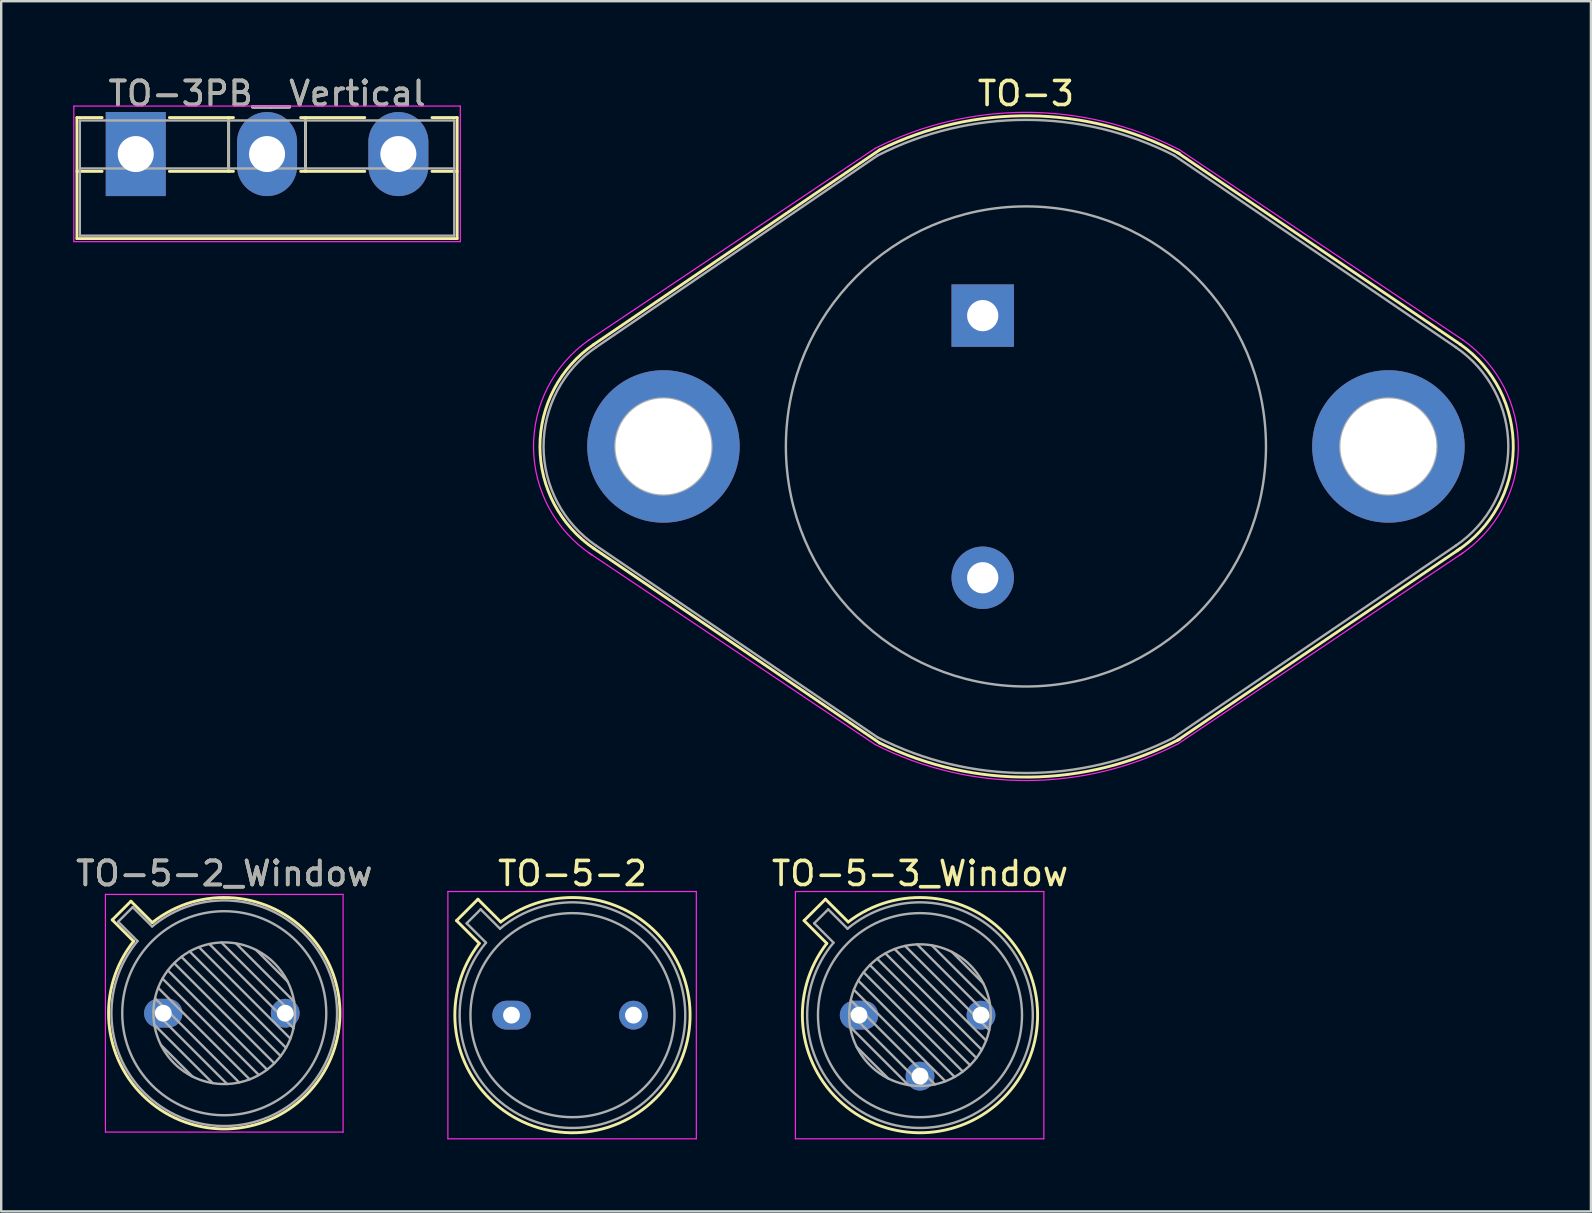
<source format=kicad_pcb>
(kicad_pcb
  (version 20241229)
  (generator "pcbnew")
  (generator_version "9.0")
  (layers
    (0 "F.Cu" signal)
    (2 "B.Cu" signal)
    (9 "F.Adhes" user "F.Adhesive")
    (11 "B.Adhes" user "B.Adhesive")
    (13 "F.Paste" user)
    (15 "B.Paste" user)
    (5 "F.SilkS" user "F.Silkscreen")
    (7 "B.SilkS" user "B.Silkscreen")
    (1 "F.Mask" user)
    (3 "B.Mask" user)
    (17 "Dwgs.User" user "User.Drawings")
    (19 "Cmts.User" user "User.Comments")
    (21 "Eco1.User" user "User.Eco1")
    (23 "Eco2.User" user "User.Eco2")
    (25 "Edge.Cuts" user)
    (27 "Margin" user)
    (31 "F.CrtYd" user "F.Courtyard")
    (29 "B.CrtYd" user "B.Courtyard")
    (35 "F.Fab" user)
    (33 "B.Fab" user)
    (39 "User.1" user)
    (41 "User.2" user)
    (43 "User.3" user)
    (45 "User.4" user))
  (footprint "TO-3"
    (layer "F.Cu")
    (at 37.888 10.098)
    (property "Reference" "TO-3" (at 1.8 -9.25 0) (layer "F.SilkS") (effects (font (size 1 1) (thickness 0.15))))
    (attr through_hole)
    (fp_line (start -4.3 -6.9) (end -16.2 1.2) (stroke (width 0.12) (type solid)) (layer "F.SilkS"))
    (fp_line (start -4.3 17.8) (end -16.2 9.7) (stroke (width 0.12) (type solid)) (layer "F.SilkS"))
    (fp_line (start 8.1 -6.8) (end 19.9 1.2) (stroke (width 0.12) (type solid)) (layer "F.SilkS"))
    (fp_line (start 8.1 17.7) (end 19.9 9.7) (stroke (width 0.12) (type solid)) (layer "F.SilkS"))
    (fp_arc (start -16.183989 9.710881) (mid -18.445134 5.459679) (end -16.2 1.2) (stroke (width 0.12) (type solid)) (layer "F.SilkS"))
    (fp_arc (start -4.3 -6.9) (mid 1.971643 -8.323273) (end 8.20587 -6.744152) (stroke (width 0.12) (type solid)) (layer "F.SilkS"))
    (fp_arc (start 8.20587 17.644152) (mid 1.971643 19.223273) (end -4.3 17.8) (stroke (width 0.12) (type solid)) (layer "F.SilkS"))
    (fp_arc (start 19.9 1.2) (mid 22.101343 5.542388) (end 19.747176 9.803859) (stroke (width 0.12) (type solid)) (layer "F.SilkS"))
    (fp_line (start -4.48 -6.97) (end -16.41 1.02) (stroke (width 0.05) (type solid)) (layer "F.CrtYd"))
    (fp_line (start -4.48 17.87) (end -16.41 9.88) (stroke (width 0.05) (type solid)) (layer "F.CrtYd"))
    (fp_line (start 8.18 -6.92) (end 20.01 1.02) (stroke (width 0.05) (type solid)) (layer "F.CrtYd"))
    (fp_line (start 8.18 17.81) (end 20.01 9.88) (stroke (width 0.05) (type solid)) (layer "F.CrtYd"))
    (fp_arc (start -16.274042 9.972397) (mid -18.712046 5.532192) (end -16.41 1.02) (stroke (width 0.05) (type solid)) (layer "F.CrtYd"))
    (fp_arc (start -4.48 -6.97) (mid 1.843041 -8.467361) (end 8.1567 -6.93092) (stroke (width 0.05) (type solid)) (layer "F.CrtYd"))
    (fp_arc (start 8.1567 17.83092) (mid 1.843041 19.367362) (end -4.48 17.87) (stroke (width 0.05) (type solid)) (layer "F.CrtYd"))
    (fp_arc (start 20.01 1.02) (mid 22.312046 5.532192) (end 19.874042 9.972397) (stroke (width 0.05) (type solid)) (layer "F.CrtYd"))
    (fp_line (start -4.38 -6.67) (end -16.11 1.32) (stroke (width 0.1) (type solid)) (layer "F.Fab"))
    (fp_line (start -4.38 17.57) (end -16.11 9.58) (stroke (width 0.1) (type solid)) (layer "F.Fab"))
    (fp_line (start 7.98 -6.67) (end 19.71 1.32) (stroke (width 0.1) (type solid)) (layer "F.Fab"))
    (fp_line (start 7.98 17.56) (end 19.71 9.58) (stroke (width 0.1) (type solid)) (layer "F.Fab"))
    (fp_arc (start -16.105547 9.583026) (mid -18.295297 5.452692) (end -16.11 1.32) (stroke (width 0.1) (type solid)) (layer "F.Fab"))
    (fp_arc (start -4.38 -6.67) (mid 1.795945 -8.15466) (end 7.972773 -6.673682) (stroke (width 0.1) (type solid)) (layer "F.Fab"))
    (fp_arc (start 7.972773 17.573682) (mid 1.795945 19.05466) (end -4.38 17.57) (stroke (width 0.1) (type solid)) (layer "F.Fab"))
    (fp_arc (start 19.71 1.32) (mid 21.895297 5.452692) (end 19.705547 9.583026) (stroke (width 0.1) (type solid)) (layer "F.Fab"))
    (fp_circle (center -13.3 5.45) (end -15.3 5.45) (stroke (width 0.1) (type solid)) (fill no) (layer "F.Fab"))
    (fp_circle (center 1.8 5.45) (end 11.8 5.45) (stroke (width 0.1) (type solid)) (fill no) (layer "F.Fab"))
    (fp_circle (center 16.9 5.45) (end 18.9 5.45) (stroke (width 0.1) (type solid)) (fill no) (layer "F.Fab"))
    (pad "1" thru_hole rect (at 0 0) (size 2.6 2.6) (drill 1.3) (layers "*.Cu" "*.Mask"))
    (pad "2" thru_hole circle (at 0 10.92) (size 2.6 2.6) (drill 1.3) (layers "*.Cu" "*.Mask"))
    (pad "3" thru_hole circle (at -13.3 5.45) (size 6.35 6.35) (drill 4) (layers "*.Cu" "*.Mask"))
    (pad "3" thru_hole circle (at 16.9 5.45) (size 6.35 6.35) (drill 4) (layers "*.Cu" "*.Mask")))
  (footprint "TO-3PB__Vertical"
    (layer "F.Cu")
    (at 2.605 3.368)
    (property "Reference" "TO-3PB__Vertical" (at 5.47 -2.52 0) (layer "F.SilkS") (effects (font (size 1 1) (thickness 0.15))))
    (attr through_hole)
    (fp_line (start -2.45 -1.52) (end -2.45 3.52) (stroke (width 0.12) (type solid)) (layer "F.SilkS"))
    (fp_line (start -2.45 -1.52) (end -1.4 -1.52) (stroke (width 0.12) (type solid)) (layer "F.SilkS"))
    (fp_line (start -2.45 0.721) (end -1.4 0.721) (stroke (width 0.12) (type solid)) (layer "F.SilkS"))
    (fp_line (start -2.45 3.52) (end 13.39 3.52) (stroke (width 0.12) (type solid)) (layer "F.SilkS"))
    (fp_line (start 1.4 -1.52) (end 4.07 -1.52) (stroke (width 0.12) (type solid)) (layer "F.SilkS"))
    (fp_line (start 1.4 0.721) (end 4.07 0.721) (stroke (width 0.12) (type solid)) (layer "F.SilkS"))
    (fp_line (start 3.87 -1.52) (end 3.87 0.721) (stroke (width 0.12) (type solid)) (layer "F.SilkS"))
    (fp_line (start 6.87 -1.52) (end 9.54 -1.52) (stroke (width 0.12) (type solid)) (layer "F.SilkS"))
    (fp_line (start 6.87 0.721) (end 9.54 0.721) (stroke (width 0.12) (type solid)) (layer "F.SilkS"))
    (fp_line (start 7.07 -1.52) (end 7.07 0.721) (stroke (width 0.12) (type solid)) (layer "F.SilkS"))
    (fp_line (start 12.34 -1.52) (end 13.39 -1.52) (stroke (width 0.12) (type solid)) (layer "F.SilkS"))
    (fp_line (start 12.34 0.721) (end 13.39 0.721) (stroke (width 0.12) (type solid)) (layer "F.SilkS"))
    (fp_line (start 13.39 -1.52) (end 13.39 3.52) (stroke (width 0.12) (type solid)) (layer "F.SilkS"))
    (fp_line (start -2.58 -2) (end -2.58 3.65) (stroke (width 0.05) (type solid)) (layer "F.CrtYd"))
    (fp_line (start -2.58 3.65) (end 13.52 3.65) (stroke (width 0.05) (type solid)) (layer "F.CrtYd"))
    (fp_line (start 13.52 -2) (end -2.58 -2) (stroke (width 0.05) (type solid)) (layer "F.CrtYd"))
    (fp_line (start 13.52 3.65) (end 13.52 -2) (stroke (width 0.05) (type solid)) (layer "F.CrtYd"))
    (fp_line (start -2.33 -1.4) (end -2.33 3.4) (stroke (width 0.1) (type solid)) (layer "F.Fab"))
    (fp_line (start -2.33 0.6) (end 13.27 0.6) (stroke (width 0.1) (type solid)) (layer "F.Fab"))
    (fp_line (start -2.33 3.4) (end 13.27 3.4) (stroke (width 0.1) (type solid)) (layer "F.Fab"))
    (fp_line (start 3.87 -1.4) (end 3.87 0.6) (stroke (width 0.1) (type solid)) (layer "F.Fab"))
    (fp_line (start 7.07 -1.4) (end 7.07 0.6) (stroke (width 0.1) (type solid)) (layer "F.Fab"))
    (fp_line (start 13.27 -1.4) (end -2.33 -1.4) (stroke (width 0.1) (type solid)) (layer "F.Fab"))
    (fp_line (start 13.27 3.4) (end 13.27 -1.4) (stroke (width 0.1) (type solid)) (layer "F.Fab"))
    (fp_text user "${REFERENCE}" (at 5.47 -2.52 0) (layer "F.Fab") (effects (font (size 1 1) (thickness 0.15))))
    (pad "1" thru_hole rect (at 0 0) (size 2.5 3.5) (drill 1.5) (layers "*.Cu" "*.Mask"))
    (pad "2" thru_hole oval (at 5.47 0) (size 2.5 3.5) (drill 1.5) (layers "*.Cu" "*.Mask"))
    (pad "3" thru_hole oval (at 10.94 0) (size 2.5 3.5) (drill 1.5) (layers "*.Cu" "*.Mask")))
  (footprint "TO-5-3_Window"
    (layer "F.Cu")
    (at 32.735 39.239)
    (property "Reference" "TO-5-3_Window" (at 2.54 -5.9 0) (layer "F.SilkS") (effects (font (size 1 1) (thickness 0.15))))
    (attr through_hole)
    (fp_line (start -2.289 -3.938) (end -1.342 -2.991) (stroke (width 0.12) (type solid)) (layer "F.SilkS"))
    (fp_line (start -1.398 -4.829) (end -2.289 -3.938) (stroke (width 0.12) (type solid)) (layer "F.SilkS"))
    (fp_line (start -0.451 -3.882) (end -1.398 -4.829) (stroke (width 0.12) (type solid)) (layer "F.SilkS"))
    (fp_arc (start -0.450589 -3.881543) (mid 6.005607 3.46404) (end -1.342895 -2.988833) (stroke (width 0.12) (type solid)) (layer "F.SilkS"))
    (fp_line (start -2.65 -5.15) (end -2.65 5.15) (stroke (width 0.05) (type solid)) (layer "F.CrtYd"))
    (fp_line (start -2.65 5.15) (end 7.7 5.15) (stroke (width 0.05) (type solid)) (layer "F.CrtYd"))
    (fp_line (start 7.7 -5.15) (end -2.65 -5.15) (stroke (width 0.05) (type solid)) (layer "F.CrtYd"))
    (fp_line (start 7.7 5.15) (end 7.7 -5.15) (stroke (width 0.05) (type solid)) (layer "F.CrtYd"))
    (fp_line (start -1.868 -3.825) (end -1.062 -3.019) (stroke (width 0.1) (type solid)) (layer "F.Fab"))
    (fp_line (start -1.285 -4.408) (end -1.868 -3.825) (stroke (width 0.1) (type solid)) (layer "F.Fab"))
    (fp_line (start -0.479 -3.602) (end -1.285 -4.408) (stroke (width 0.1) (type solid)) (layer "F.Fab"))
    (fp_line (start -0.408 -0.12) (end 2.66 2.948) (stroke (width 0.1) (type solid)) (layer "F.Fab"))
    (fp_line (start -0.371 0.485) (end 2.055 2.911) (stroke (width 0.1) (type solid)) (layer "F.Fab"))
    (fp_line (start -0.344 -0.622) (end 3.162 2.884) (stroke (width 0.1) (type solid)) (layer "F.Fab"))
    (fp_line (start -0.215 -1.058) (end 3.598 2.755) (stroke (width 0.1) (type solid)) (layer "F.Fab"))
    (fp_line (start -0.097 1.324) (end 1.216 2.637) (stroke (width 0.1) (type solid)) (layer "F.Fab"))
    (fp_line (start -0.034 -1.443) (end 3.983 2.574) (stroke (width 0.1) (type solid)) (layer "F.Fab"))
    (fp_line (start 0.19 -1.784) (end 4.324 2.35) (stroke (width 0.1) (type solid)) (layer "F.Fab"))
    (fp_line (start 0.454 -2.086) (end 4.626 2.086) (stroke (width 0.1) (type solid)) (layer "F.Fab"))
    (fp_line (start 0.756 -2.35) (end 4.89 1.784) (stroke (width 0.1) (type solid)) (layer "F.Fab"))
    (fp_line (start 1.097 -2.574) (end 5.114 1.443) (stroke (width 0.1) (type solid)) (layer "F.Fab"))
    (fp_line (start 1.482 -2.755) (end 5.295 1.058) (stroke (width 0.1) (type solid)) (layer "F.Fab"))
    (fp_line (start 1.918 -2.884) (end 5.424 0.622) (stroke (width 0.1) (type solid)) (layer "F.Fab"))
    (fp_line (start 2.42 -2.948) (end 5.488 0.12) (stroke (width 0.1) (type solid)) (layer "F.Fab"))
    (fp_line (start 3.025 -2.911) (end 5.451 -0.485) (stroke (width 0.1) (type solid)) (layer "F.Fab"))
    (fp_line (start 3.864 -2.637) (end 5.177 -1.324) (stroke (width 0.1) (type solid)) (layer "F.Fab"))
    (fp_arc (start -0.478935 -3.602226) (mid 5.864303 3.322501) (end -1.063862 -3.016982) (stroke (width 0.1) (type solid)) (layer "F.Fab"))
    (fp_circle (center 2.54 0) (end 5.49 0) (stroke (width 0.1) (type solid)) (fill no) (layer "F.Fab"))
    (fp_circle (center 2.54 0) (end 6.79 0) (stroke (width 0.1) (type solid)) (fill no) (layer "F.Fab"))
    (pad "1" thru_hole oval (at 0 0) (size 1.6 1.2) (drill 0.7) (layers "*.Cu" "*.Mask"))
    (pad "2" thru_hole oval (at 2.54 2.54) (size 1.2 1.2) (drill 0.7) (layers "*.Cu" "*.Mask"))
    (pad "3" thru_hole oval (at 5.08 0) (size 1.2 1.2) (drill 0.7) (layers "*.Cu" "*.Mask")))
  (footprint "TO-5-2_Window"
    (layer "F.Cu")
    (at 3.752 39.159)
    (property "Reference" "TO-5-2_Window" (at 2.54 -5.82 0) (layer "F.SilkS") (effects (font (size 1 1) (thickness 0.15))))
    (attr through_hole)
    (fp_line (start -2.126 -3.888) (end -1.235 -2.997) (stroke (width 0.12) (type solid)) (layer "F.SilkS"))
    (fp_line (start -1.348 -4.666) (end -2.126 -3.888) (stroke (width 0.12) (type solid)) (layer "F.SilkS"))
    (fp_line (start -0.457 -3.775) (end -1.348 -4.666) (stroke (width 0.12) (type solid)) (layer "F.SilkS"))
    (fp_arc (start -0.457084 -3.774902) (mid 5.948125 3.408384) (end -1.234674 -2.997371) (stroke (width 0.12) (type solid)) (layer "F.SilkS"))
    (fp_line (start -2.41 -4.95) (end -2.41 4.95) (stroke (width 0.05) (type solid)) (layer "F.CrtYd"))
    (fp_line (start -2.41 4.95) (end 7.49 4.95) (stroke (width 0.05) (type solid)) (layer "F.CrtYd"))
    (fp_line (start 7.49 -4.95) (end -2.41 -4.95) (stroke (width 0.05) (type solid)) (layer "F.CrtYd"))
    (fp_line (start 7.49 4.95) (end 7.49 -4.95) (stroke (width 0.05) (type solid)) (layer "F.CrtYd"))
    (fp_line (start -1.88 -3.812) (end -1.074 -3.005) (stroke (width 0.1) (type solid)) (layer "F.Fab"))
    (fp_line (start -1.272 -4.42) (end -1.88 -3.812) (stroke (width 0.1) (type solid)) (layer "F.Fab"))
    (fp_line (start -0.465 -3.614) (end -1.272 -4.42) (stroke (width 0.1) (type solid)) (layer "F.Fab"))
    (fp_line (start -0.408 -0.12) (end 2.66 2.948) (stroke (width 0.1) (type solid)) (layer "F.Fab"))
    (fp_line (start -0.371 0.485) (end 2.055 2.911) (stroke (width 0.1) (type solid)) (layer "F.Fab"))
    (fp_line (start -0.344 -0.622) (end 3.162 2.884) (stroke (width 0.1) (type solid)) (layer "F.Fab"))
    (fp_line (start -0.215 -1.058) (end 3.598 2.755) (stroke (width 0.1) (type solid)) (layer "F.Fab"))
    (fp_line (start -0.097 1.324) (end 1.216 2.637) (stroke (width 0.1) (type solid)) (layer "F.Fab"))
    (fp_line (start -0.034 -1.443) (end 3.983 2.574) (stroke (width 0.1) (type solid)) (layer "F.Fab"))
    (fp_line (start 0.19 -1.784) (end 4.324 2.35) (stroke (width 0.1) (type solid)) (layer "F.Fab"))
    (fp_line (start 0.454 -2.086) (end 4.626 2.086) (stroke (width 0.1) (type solid)) (layer "F.Fab"))
    (fp_line (start 0.756 -2.35) (end 4.89 1.784) (stroke (width 0.1) (type solid)) (layer "F.Fab"))
    (fp_line (start 1.097 -2.574) (end 5.114 1.443) (stroke (width 0.1) (type solid)) (layer "F.Fab"))
    (fp_line (start 1.482 -2.755) (end 5.295 1.058) (stroke (width 0.1) (type solid)) (layer "F.Fab"))
    (fp_line (start 1.918 -2.884) (end 5.424 0.622) (stroke (width 0.1) (type solid)) (layer "F.Fab"))
    (fp_line (start 2.42 -2.948) (end 5.488 0.12) (stroke (width 0.1) (type solid)) (layer "F.Fab"))
    (fp_line (start 3.025 -2.911) (end 5.451 -0.485) (stroke (width 0.1) (type solid)) (layer "F.Fab"))
    (fp_line (start 3.864 -2.637) (end 5.177 -1.324) (stroke (width 0.1) (type solid)) (layer "F.Fab"))
    (fp_arc (start -0.465408 -3.61352) (mid 5.863443 3.323361) (end -1.073594 -3.005319) (stroke (width 0.1) (type solid)) (layer "F.Fab"))
    (fp_circle (center 2.54 0) (end 5.49 0) (stroke (width 0.1) (type solid)) (fill no) (layer "F.Fab"))
    (fp_circle (center 2.54 0) (end 6.79 0) (stroke (width 0.1) (type solid)) (fill no) (layer "F.Fab"))
    (fp_text user "${REFERENCE}" (at 2.54 -5.82 0) (layer "F.Fab") (effects (font (size 1 1) (thickness 0.15))))
    (pad "1" thru_hole oval (at 0 0) (size 1.6 1.2) (drill 0.7) (layers "*.Cu" "*.Mask"))
    (pad "2" thru_hole oval (at 5.08 0) (size 1.2 1.2) (drill 0.7) (layers "*.Cu" "*.Mask")))
  (footprint "TO-5-2"
    (layer "F.Cu")
    (at 18.258 39.239)
    (property "Reference" "TO-5-2" (at 2.54 -5.9 0) (layer "F.SilkS") (effects (font (size 1 1) (thickness 0.15))))
    (attr through_hole)
    (fp_line (start -2.289 -3.938) (end -1.342 -2.991) (stroke (width 0.12) (type solid)) (layer "F.SilkS"))
    (fp_line (start -1.398 -4.829) (end -2.289 -3.938) (stroke (width 0.12) (type solid)) (layer "F.SilkS"))
    (fp_line (start -0.451 -3.882) (end -1.398 -4.829) (stroke (width 0.12) (type solid)) (layer "F.SilkS"))
    (fp_arc (start -0.450589 -3.881543) (mid 6.005607 3.46404) (end -1.342895 -2.988833) (stroke (width 0.12) (type solid)) (layer "F.SilkS"))
    (fp_line (start -2.65 -5.15) (end -2.65 5.15) (stroke (width 0.05) (type solid)) (layer "F.CrtYd"))
    (fp_line (start -2.65 5.15) (end 7.7 5.15) (stroke (width 0.05) (type solid)) (layer "F.CrtYd"))
    (fp_line (start 7.7 -5.15) (end -2.65 -5.15) (stroke (width 0.05) (type solid)) (layer "F.CrtYd"))
    (fp_line (start 7.7 5.15) (end 7.7 -5.15) (stroke (width 0.05) (type solid)) (layer "F.CrtYd"))
    (fp_line (start -1.868 -3.825) (end -1.062 -3.019) (stroke (width 0.1) (type solid)) (layer "F.Fab"))
    (fp_line (start -1.285 -4.408) (end -1.868 -3.825) (stroke (width 0.1) (type solid)) (layer "F.Fab"))
    (fp_line (start -0.479 -3.602) (end -1.285 -4.408) (stroke (width 0.1) (type solid)) (layer "F.Fab"))
    (fp_arc (start -0.478935 -3.602226) (mid 5.864303 3.322501) (end -1.063862 -3.016982) (stroke (width 0.1) (type solid)) (layer "F.Fab"))
    (fp_circle (center 2.54 0) (end 6.79 0) (stroke (width 0.1) (type solid)) (fill no) (layer "F.Fab"))
    (pad "1" thru_hole oval (at 0 0) (size 1.6 1.2) (drill 0.7) (layers "*.Cu" "*.Mask"))
    (pad "2" thru_hole oval (at 5.08 0) (size 1.2 1.2) (drill 0.7) (layers "*.Cu" "*.Mask")))
  (gr_rect
    (start -3 -3)
    (end 63.225 47.414)
    (stroke (width 0.1) (type default))
    (fill no)
    (layer "Edge.Cuts")))
</source>
